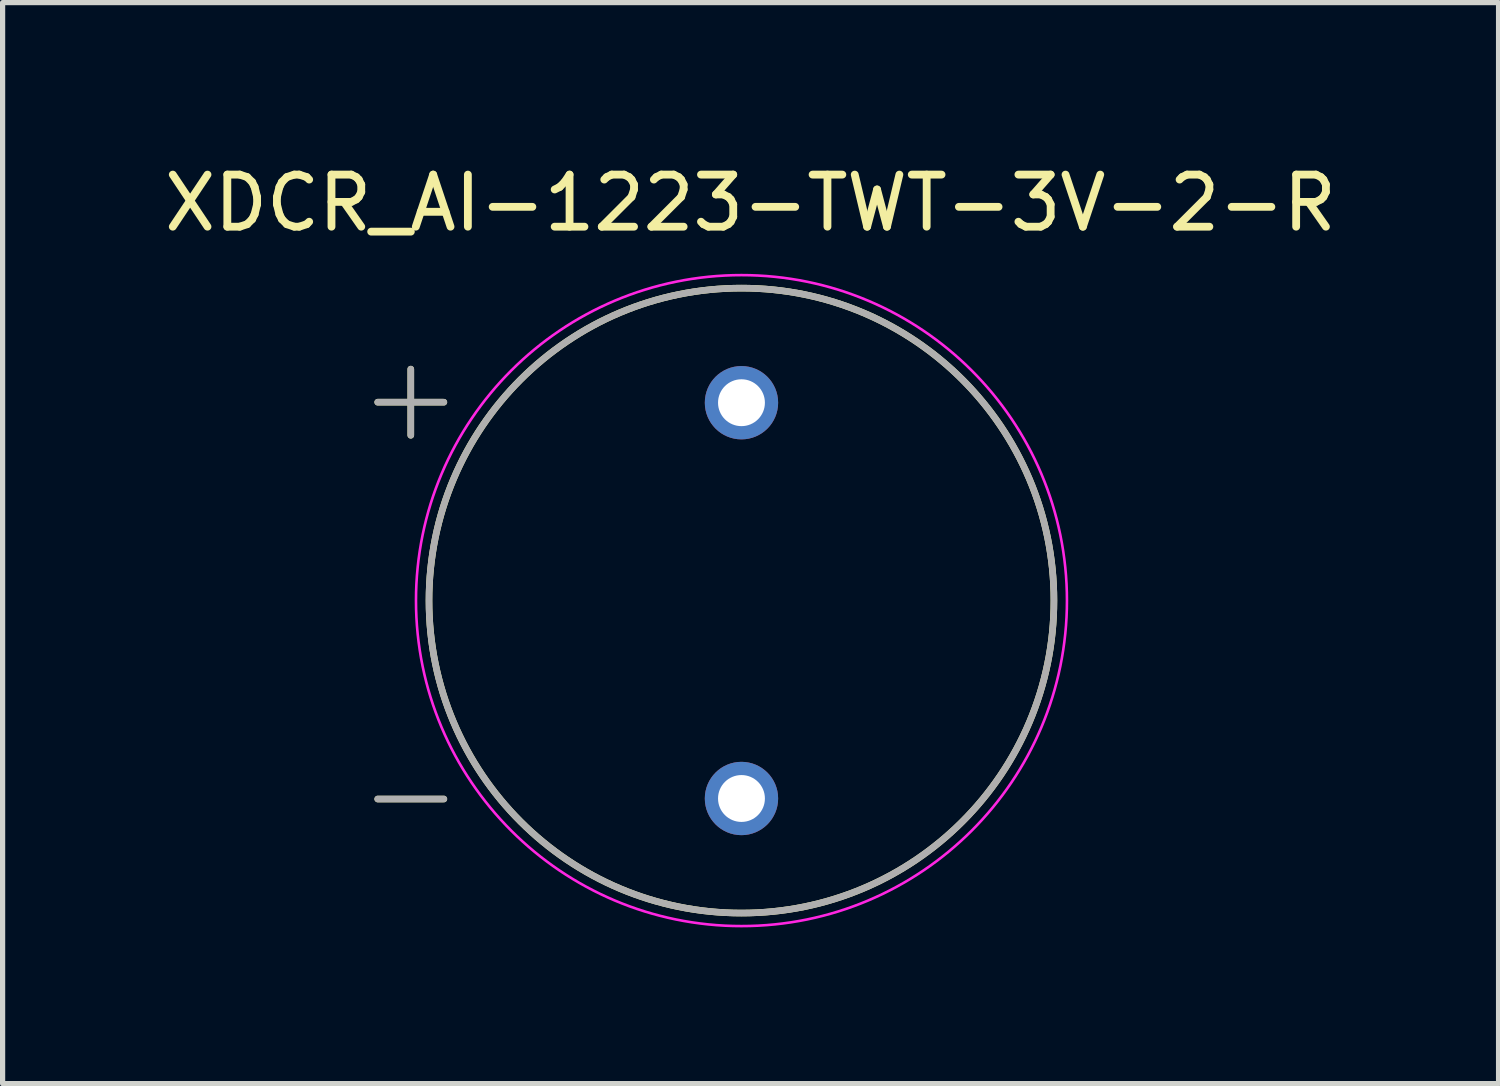
<source format=kicad_pcb>
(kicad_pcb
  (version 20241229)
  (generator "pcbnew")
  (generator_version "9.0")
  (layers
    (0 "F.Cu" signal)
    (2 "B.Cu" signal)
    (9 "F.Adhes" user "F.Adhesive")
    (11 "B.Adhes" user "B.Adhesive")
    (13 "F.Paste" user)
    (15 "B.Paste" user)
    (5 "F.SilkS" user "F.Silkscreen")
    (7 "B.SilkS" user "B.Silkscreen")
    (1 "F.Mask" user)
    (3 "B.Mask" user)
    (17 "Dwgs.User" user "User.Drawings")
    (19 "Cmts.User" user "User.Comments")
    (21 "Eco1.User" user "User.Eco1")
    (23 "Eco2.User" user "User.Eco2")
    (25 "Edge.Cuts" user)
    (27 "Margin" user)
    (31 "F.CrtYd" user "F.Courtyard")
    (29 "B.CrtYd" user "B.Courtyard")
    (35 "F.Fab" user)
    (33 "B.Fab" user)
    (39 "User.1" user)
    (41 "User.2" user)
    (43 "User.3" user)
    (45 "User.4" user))
  (footprint "XDCR_AI-1223-TWT-3V-2-R"
    (layer "F.Cu")
    (at 11.188 8.483)
    (property "Reference" "XDCR_AI-1223-TWT-3V-2-R" (at 0.175 -7.635 0) (layer "F.SilkS") (effects (font (size 1 1) (thickness 0.15))))
    (attr through_hole)
    (fp_line (start -6.985 -3.81) (end -5.715 -3.81) (stroke (width 0.127) (type solid)) (layer "F.SilkS"))
    (fp_line (start -6.985 3.81) (end -5.715 3.81) (stroke (width 0.127) (type solid)) (layer "F.SilkS"))
    (fp_line (start -6.35 -4.445) (end -6.35 -3.175) (stroke (width 0.127) (type solid)) (layer "F.SilkS"))
    (fp_circle (center 0 0) (end 6 0) (stroke (width 0.127) (type solid)) (fill no) (layer "F.SilkS"))
    (fp_circle (center 0 0) (end 6.25 0) (stroke (width 0.05) (type solid)) (fill no) (layer "F.CrtYd"))
    (fp_line (start -6.985 -3.81) (end -5.715 -3.81) (stroke (width 0.127) (type solid)) (layer "F.Fab"))
    (fp_line (start -6.985 3.81) (end -5.715 3.81) (stroke (width 0.127) (type solid)) (layer "F.Fab"))
    (fp_line (start -6.35 -4.445) (end -6.35 -3.175) (stroke (width 0.127) (type solid)) (layer "F.Fab"))
    (fp_circle (center 0 0) (end 6 0) (stroke (width 0.127) (type solid)) (fill no) (layer "F.Fab"))
    (pad "N" thru_hole circle (at 0 3.8) (size 1.408 1.408) (drill 0.9) (layers "*.Cu" "*.Mask"))
    (pad "P" thru_hole circle (at 0 -3.8) (size 1.408 1.408) (drill 0.9) (layers "*.Cu" "*.Mask")))
  (gr_rect
    (start -3 -3)
    (end 25.726 17.758)
    (stroke (width 0.1) (type default))
    (fill no)
    (layer "Edge.Cuts")))
</source>
